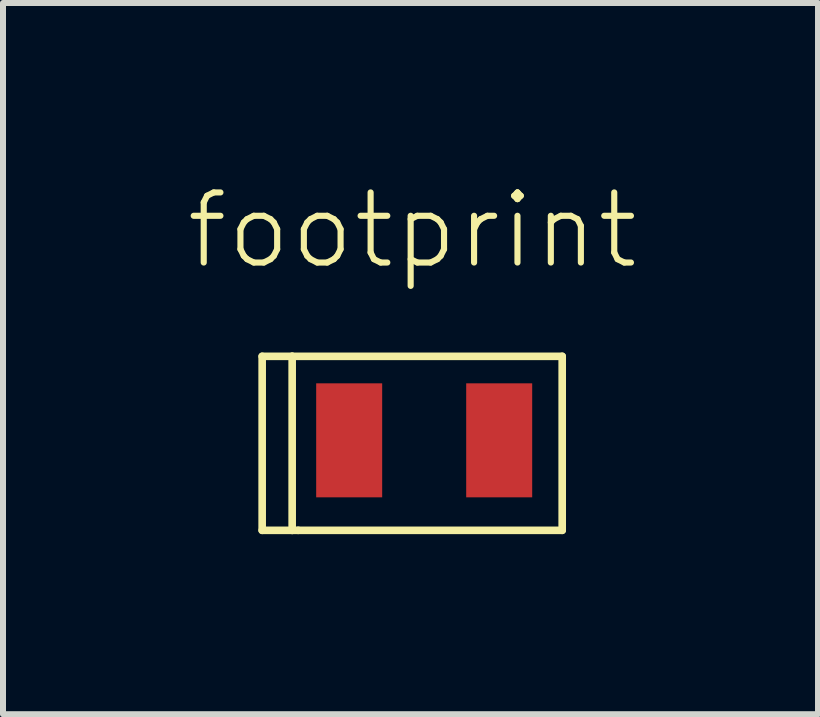
<source format=kicad_pcb>
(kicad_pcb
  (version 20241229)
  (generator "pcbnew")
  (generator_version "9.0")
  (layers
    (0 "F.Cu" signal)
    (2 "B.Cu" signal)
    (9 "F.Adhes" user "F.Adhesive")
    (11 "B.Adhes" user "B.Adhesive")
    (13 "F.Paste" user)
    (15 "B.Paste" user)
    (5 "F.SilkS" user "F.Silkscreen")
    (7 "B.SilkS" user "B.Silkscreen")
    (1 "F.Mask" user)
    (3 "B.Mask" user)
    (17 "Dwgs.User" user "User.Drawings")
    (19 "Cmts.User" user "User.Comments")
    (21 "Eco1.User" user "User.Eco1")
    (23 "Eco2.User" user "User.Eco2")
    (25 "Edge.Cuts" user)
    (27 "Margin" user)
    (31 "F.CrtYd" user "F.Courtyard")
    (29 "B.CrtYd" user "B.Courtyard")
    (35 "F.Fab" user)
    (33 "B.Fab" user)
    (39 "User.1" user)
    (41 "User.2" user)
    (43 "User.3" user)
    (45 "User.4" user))
  (footprint "footprint"
    (layer "F.Cu")
    (at 4.019 4.288)
    (property "Reference" "footprint" (at -4.019 -2.815 0) (layer "F.SilkS") (effects (font (size 1.168 1.168) (thickness 0.102)) (justify left bottom)))
    (fp_line (start -2.7 -1.4) (end -2.7 1.5) (stroke (width 0.127) (type solid)) (layer "F.SilkS"))
    (fp_line (start -2.7 1.5) (end -2.2 1.5) (stroke (width 0.127) (type solid)) (layer "F.SilkS"))
    (fp_line (start -2.2 -1.4) (end -2.7 -1.4) (stroke (width 0.127) (type solid)) (layer "F.SilkS"))
    (fp_line (start -2.2 -1.4) (end -2.2 1.5) (stroke (width 0.127) (type solid)) (layer "F.SilkS"))
    (fp_line (start -2.2 1.5) (end -2.1 1.5) (stroke (width 0.127) (type solid)) (layer "F.SilkS"))
    (fp_line (start -2.1 1.5) (end 2.3 1.5) (stroke (width 0.127) (type solid)) (layer "F.SilkS"))
    (fp_line (start 2.3 -1.4) (end -2.2 -1.4) (stroke (width 0.127) (type solid)) (layer "F.SilkS"))
    (fp_line (start 2.3 1.5) (end 2.3 -1.4) (stroke (width 0.127) (type solid)) (layer "F.SilkS"))
    (pad "1" smd rect (at -1.25 0) (size 1.1 1.9) (layers "F.Cu" "F.Mask" "F.Paste"))
    (pad "2" smd rect (at 1.25 0) (size 1.1 1.9) (layers "F.Cu" "F.Mask" "F.Paste")))
  (gr_rect
    (start -3 -3)
    (end 10.582 8.852)
    (stroke (width 0.1) (type default))
    (fill no)
    (layer "Edge.Cuts")))
</source>
